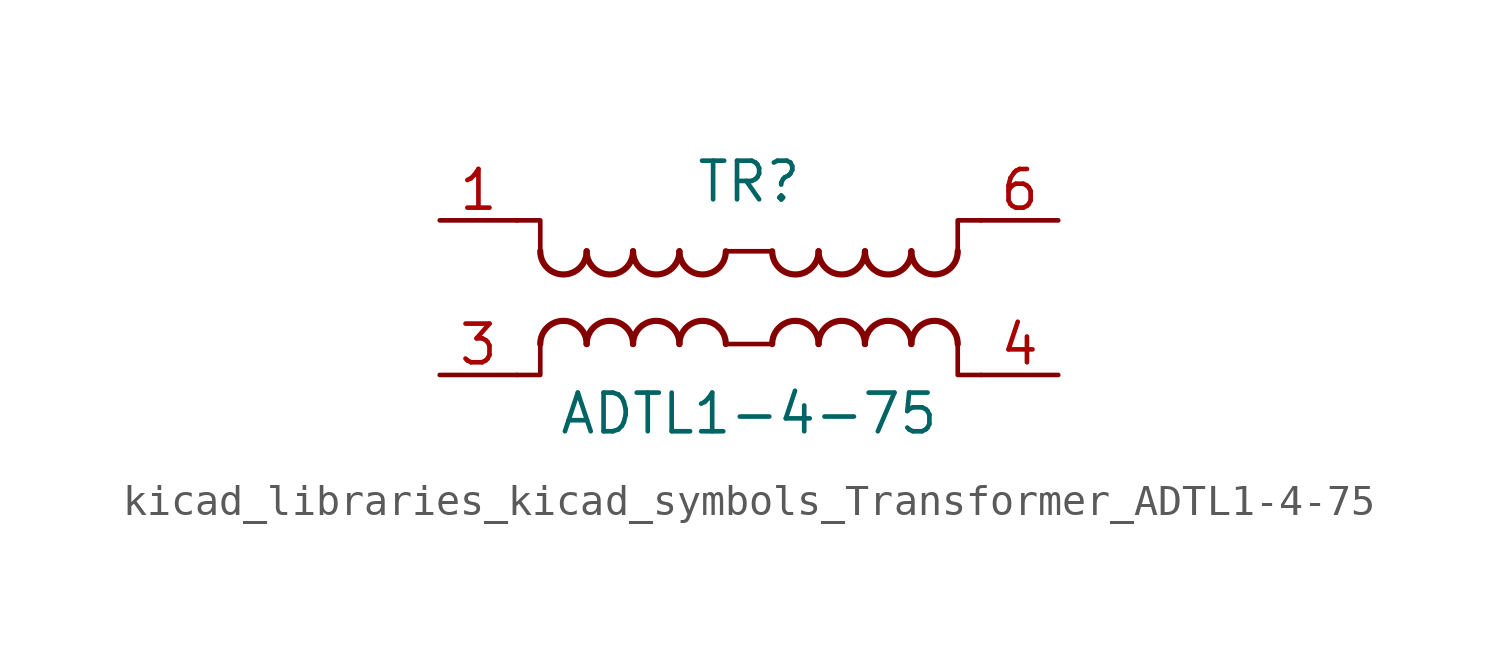
<source format=kicad_sym>
(kicad_symbol_lib
  (version 20220914)
  (generator kicad_symbol_editor)
  (symbol "kicad_libraries_kicad_symbols_Transformer_ADTL1-4-75"
    (pin_names hide)
    (property "Reference" "TR"
      (at 0 3.81 0)
      (effects (font (size 1.27 1.27))))
    (property "Value" "ADTL1-4-75"
      (at 0 -3.81 0)
      (effects (font (size 1.27 1.27))))
    (symbol "kicad_libraries_kicad_symbols_Transformer_ADTL1-4-75_0_1"
      (arc (start -6.858 1.524) (mid -6.096 0.7653) (end -5.334 1.524) (stroke (width 0.2032) (type default)) (fill (type none)))
      (arc (start -5.334 -1.524) (mid -6.096 -0.7653) (end -6.858 -1.524) (stroke (width 0.2032) (type default)) (fill (type none)))
      (arc (start -5.334 1.524) (mid -4.572 0.7653) (end -3.81 1.524) (stroke (width 0.2032) (type default)) (fill (type none)))
      (arc (start -3.81 -1.524) (mid -4.572 -0.7653) (end -5.334 -1.524) (stroke (width 0.2032) (type default)) (fill (type none)))
      (arc (start -3.81 1.524) (mid -3.048 0.7653) (end -2.286 1.524) (stroke (width 0.2032) (type default)) (fill (type none)))
      (arc (start -2.286 -1.524) (mid -3.048 -0.7653) (end -3.81 -1.524) (stroke (width 0.2032) (type default)) (fill (type none)))
      (arc (start -2.286 1.524) (mid -1.524 0.7653) (end -0.762 1.524) (stroke (width 0.2032) (type default)) (fill (type none)))
      (arc (start -0.762 -1.524) (mid -1.524 -0.7653) (end -2.286 -1.524) (stroke (width 0.2032) (type default)) (fill (type none)))
      (polyline (pts (xy -0.762 -1.524) (xy 0.762 -1.524)) (stroke (width 0) (type default)) (fill (type none)))
      (polyline (pts (xy -0.762 1.524) (xy 0.762 1.524)) (stroke (width 0) (type default)) (fill (type none)))
      (polyline (pts (xy -6.858 -1.524) (xy -6.858 -2.54) (xy -7.62 -2.54)) (stroke (width 0) (type default)) (fill (type none)))
      (polyline (pts (xy -6.858 1.524) (xy -6.858 2.54) (xy -7.62 2.54)) (stroke (width 0) (type default)) (fill (type none)))
      (polyline (pts (xy 6.858 -1.524) (xy 6.858 -2.54) (xy 7.62 -2.54)) (stroke (width 0) (type default)) (fill (type none)))
      (polyline (pts (xy 6.858 1.524) (xy 6.858 2.54) (xy 7.62 2.54)) (stroke (width 0) (type default)) (fill (type none)))
      (arc (start 0.762 1.524) (mid 1.524 0.7653) (end 2.286 1.524) (stroke (width 0.2032) (type default)) (fill (type none)))
      (arc (start 2.286 -1.524) (mid 1.524 -0.7653) (end 0.762 -1.524) (stroke (width 0.2032) (type default)) (fill (type none)))
      (arc (start 2.286 1.524) (mid 3.048 0.7653) (end 3.81 1.524) (stroke (width 0.2032) (type default)) (fill (type none)))
      (arc (start 3.81 -1.524) (mid 3.048 -0.7653) (end 2.286 -1.524) (stroke (width 0.2032) (type default)) (fill (type none)))
      (arc (start 3.81 1.524) (mid 4.572 0.7653) (end 5.334 1.524) (stroke (width 0.2032) (type default)) (fill (type none)))
      (arc (start 5.334 -1.524) (mid 4.572 -0.7653) (end 3.81 -1.524) (stroke (width 0.2032) (type default)) (fill (type none)))
      (arc (start 5.334 1.524) (mid 6.096 0.7653) (end 6.858 1.524) (stroke (width 0.2032) (type default)) (fill (type none)))
      (arc (start 6.858 -1.524) (mid 6.096 -0.7653) (end 5.334 -1.524) (stroke (width 0.2032) (type default)) (fill (type none))))
    (symbol "kicad_libraries_kicad_symbols_Transformer_ADTL1-4-75_1_1"
      (pin passive line (at -10.16 2.54 0) (length 2.54) (name "~" (effects (font (size 1.27 1.27)))) (number "1" (effects (font (size 1.27 1.27)))))
      (pin passive line (at -10.16 -2.54 0) (length 2.54) (name "~" (effects (font (size 1.27 1.27)))) (number "3" (effects (font (size 1.27 1.27)))))
      (pin passive line (at 10.16 -2.54 180) (length 2.54) (name "~" (effects (font (size 1.27 1.27)))) (number "4" (effects (font (size 1.27 1.27)))))
      (pin passive line (at 10.16 2.54 180) (length 2.54) (name "~" (effects (font (size 1.27 1.27)))) (number "6" (effects (font (size 1.27 1.27))))))))
</source>
